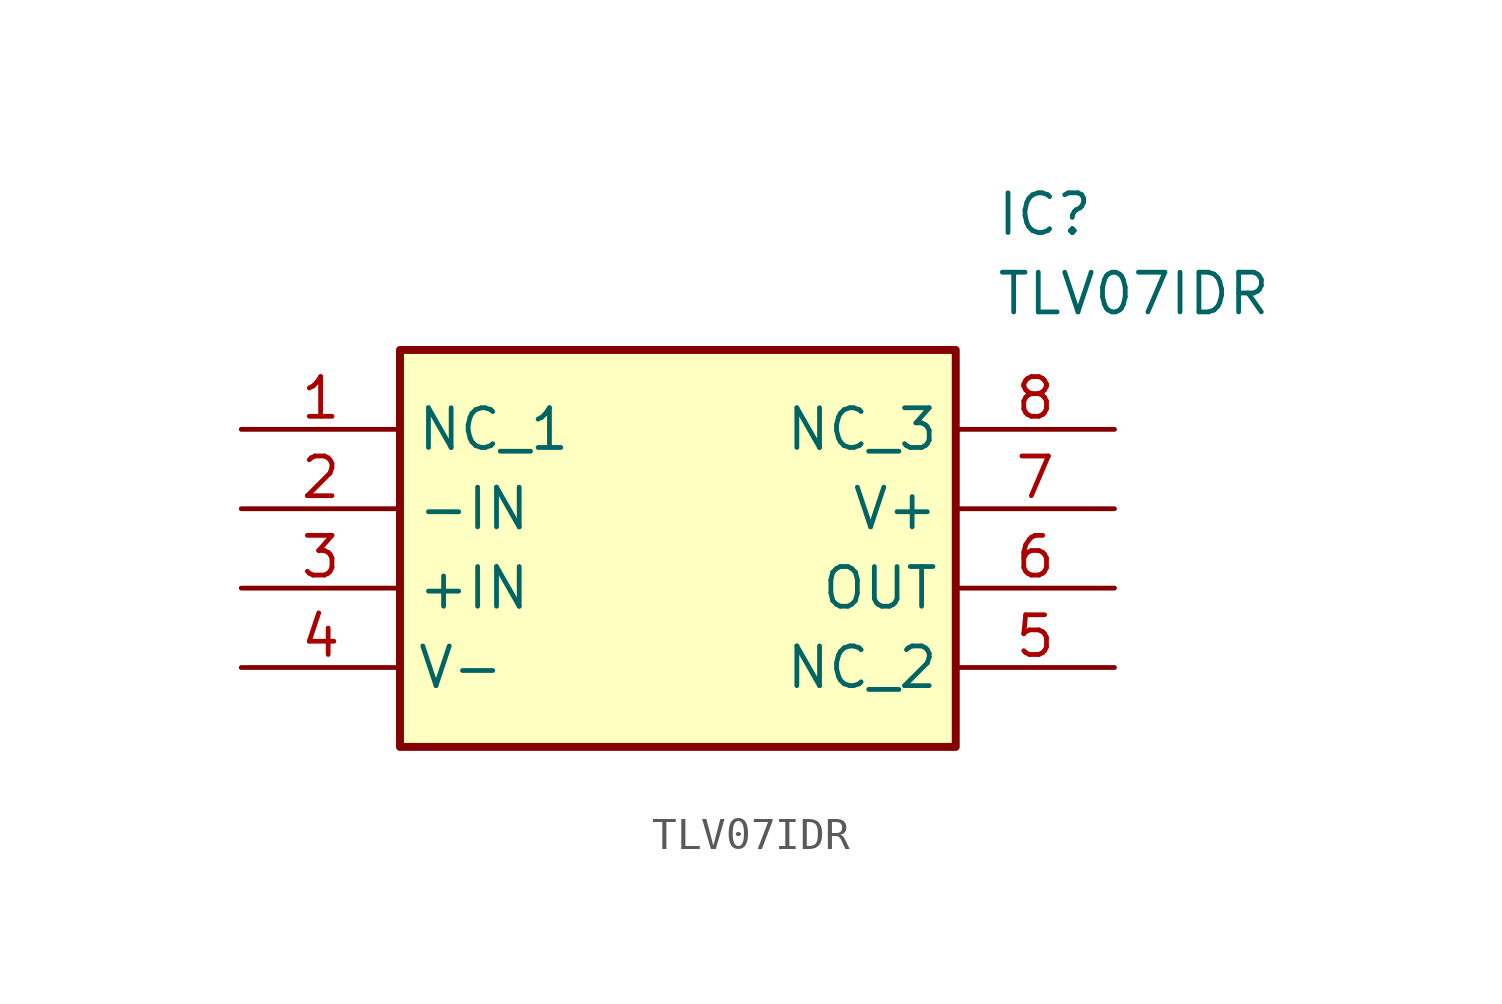
<source format=kicad_sym>
(kicad_symbol_lib
  (version 20211014)
  (generator SamacSys_ECAD_Model)
  (symbol "TLV07IDR"
    (property "Reference" "IC"
      (at 24.13 7.62 0)
      (effects (font (size 1.27 1.27)) (justify left top)))
    (property "Value" "TLV07IDR"
      (at 24.13 5.08 0)
      (effects (font (size 1.27 1.27)) (justify left top)))
    (rectangle
      (start 5.08 2.54)
      (end 22.86 -10.16)
      (stroke (width 0.254) (type default))
      (fill (type background)))
    (pin passive line
      (at 0 0 0)
      (length 5.08)
      (name "NC_1" (effects (font (size 1.27 1.27))))
      (number "1" (effects (font (size 1.27 1.27)))))
    (pin passive line
      (at 0 -2.54 0)
      (length 5.08)
      (name "-IN" (effects (font (size 1.27 1.27))))
      (number "2" (effects (font (size 1.27 1.27)))))
    (pin passive line
      (at 0 -5.08 0)
      (length 5.08)
      (name "+IN" (effects (font (size 1.27 1.27))))
      (number "3" (effects (font (size 1.27 1.27)))))
    (pin passive line
      (at 0 -7.62 0)
      (length 5.08)
      (name "V-" (effects (font (size 1.27 1.27))))
      (number "4" (effects (font (size 1.27 1.27)))))
    (pin passive line
      (at 27.94 0 180)
      (length 5.08)
      (name "NC_3" (effects (font (size 1.27 1.27))))
      (number "8" (effects (font (size 1.27 1.27)))))
    (pin passive line
      (at 27.94 -2.54 180)
      (length 5.08)
      (name "V+" (effects (font (size 1.27 1.27))))
      (number "7" (effects (font (size 1.27 1.27)))))
    (pin passive line
      (at 27.94 -5.08 180)
      (length 5.08)
      (name "OUT" (effects (font (size 1.27 1.27))))
      (number "6" (effects (font (size 1.27 1.27)))))
    (pin passive line
      (at 27.94 -7.62 180)
      (length 5.08)
      (name "NC_2" (effects (font (size 1.27 1.27))))
      (number "5" (effects (font (size 1.27 1.27)))))))
</source>
